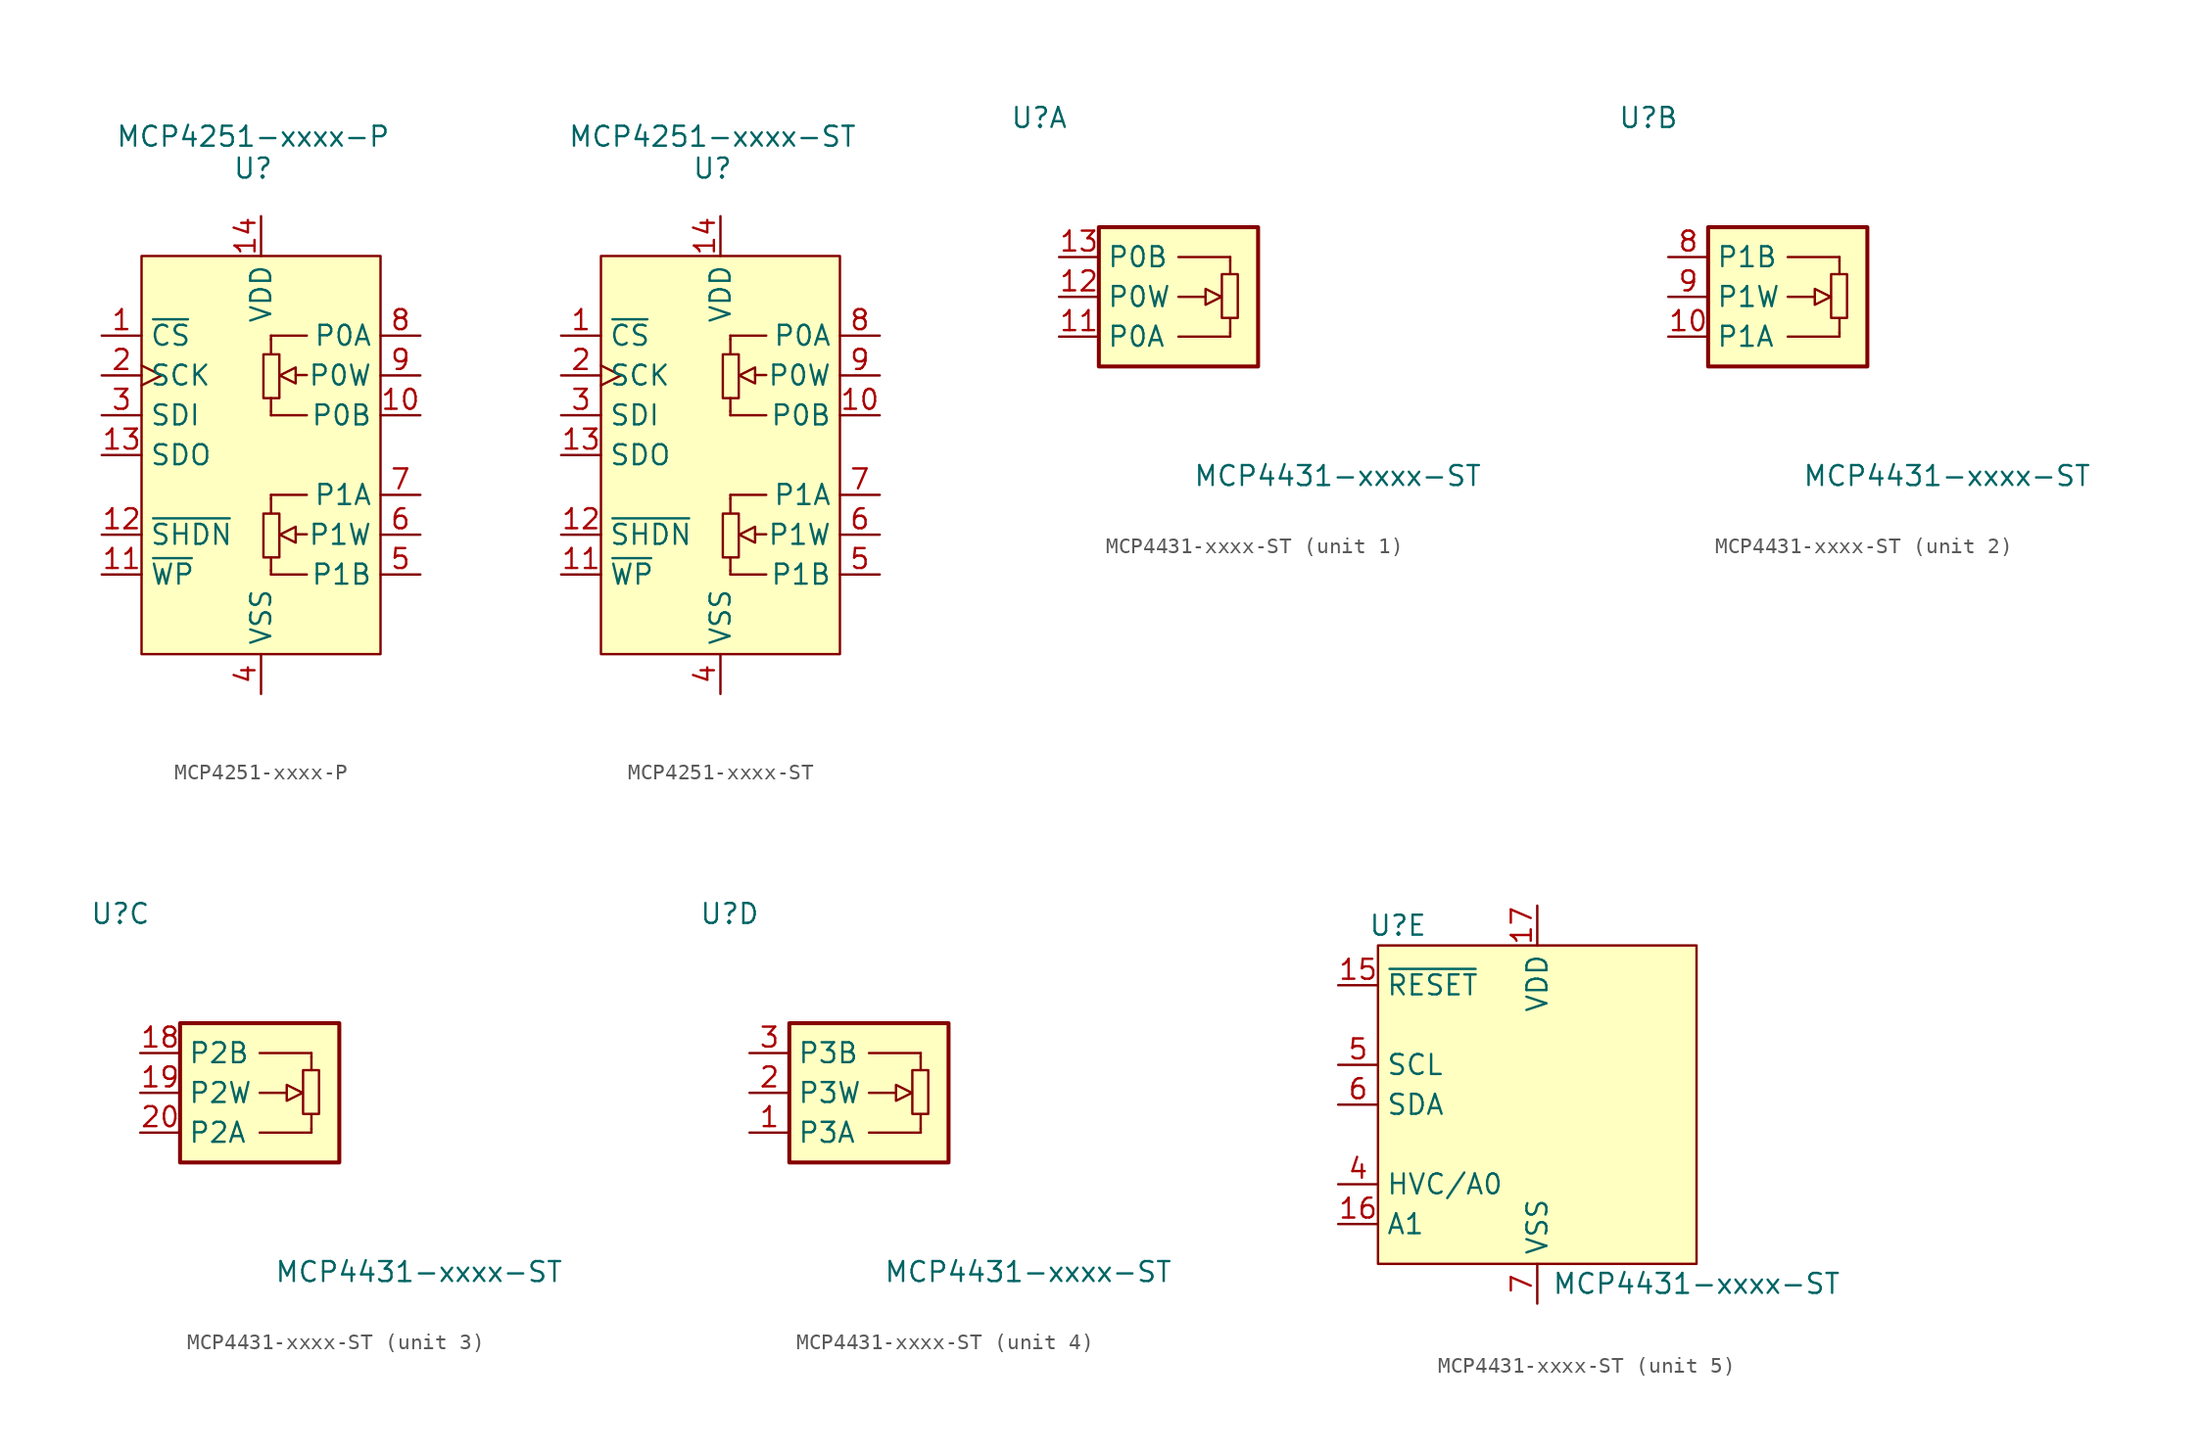
<source format=kicad_sym>
(kicad_symbol_lib
  (version 20241209)
  (generator "kicad_symbol_editor")
  (generator_version "9.0")
  (symbol "MCP4251-xxxx-P"
    (property "Reference" "U"
      (at -0.508 18.288 0)
      (effects (font (size 1.27 1.27))))
    (property "Value" "MCP4251-xxxx-P"
      (at -0.508 20.32 0)
      (effects (font (size 1.27 1.27))))
    (symbol "MCP4251-xxxx-P_0_1"
      (polyline (pts (xy 0 12.7) (xy 7.62 12.7) (xy 7.62 0) (xy 7.62 -12.7) (xy -7.62 -12.7) (xy -7.62 12.7) (xy 0 12.7)) (stroke (width 0) (type default)) (fill (type background))))
    (symbol "MCP4251-xxxx-P_1_1"
      (rectangle (start 0.152 6.426) (end 1.168 3.632) (stroke (width 0) (type default)) (fill (type none)))
      (rectangle (start 0.152 -3.734) (end 1.168 -6.528) (stroke (width 0) (type default)) (fill (type none)))
      (polyline (pts (xy 0.635 7.62) (xy 0.635 7.366) (xy 0.635 7.366)) (stroke (width 0) (type default)) (fill (type none)))
      (polyline (pts (xy 0.635 7.62) (xy 2.921 7.62) (xy 2.921 7.62)) (stroke (width 0) (type default)) (fill (type background)))
      (polyline (pts (xy 0.635 7.391) (xy 0.635 6.452)) (stroke (width 0) (type default)) (fill (type none)))
      (polyline (pts (xy 0.635 2.794) (xy 0.635 3.632)) (stroke (width 0) (type default)) (fill (type none)))
      (polyline (pts (xy 0.635 2.54) (xy 0.635 2.794) (xy 0.635 2.794)) (stroke (width 0) (type default)) (fill (type background)))
      (polyline (pts (xy 0.635 2.54) (xy 2.921 2.54) (xy 2.921 2.54)) (stroke (width 0) (type default)) (fill (type background)))
      (polyline (pts (xy 0.635 -2.54) (xy 0.635 -2.794) (xy 0.635 -2.794)) (stroke (width 0) (type default)) (fill (type none)))
      (polyline (pts (xy 0.635 -2.54) (xy 2.921 -2.54) (xy 2.921 -2.54)) (stroke (width 0) (type default)) (fill (type background)))
      (polyline (pts (xy 0.635 -2.769) (xy 0.635 -3.708)) (stroke (width 0) (type default)) (fill (type none)))
      (polyline (pts (xy 0.635 -7.366) (xy 0.635 -6.528)) (stroke (width 0) (type default)) (fill (type none)))
      (polyline (pts (xy 0.635 -7.62) (xy 0.635 -7.366) (xy 0.635 -7.366)) (stroke (width 0) (type default)) (fill (type background)))
      (polyline (pts (xy 0.635 -7.62) (xy 2.921 -7.62) (xy 2.921 -7.62)) (stroke (width 0) (type default)) (fill (type background)))
      (polyline (pts (xy 2.21 5.588) (xy 2.21 4.572) (xy 1.194 5.08) (xy 2.21 5.588) (xy 2.21 5.588)) (stroke (width 0) (type default)) (fill (type background)))
      (polyline (pts (xy 2.21 5.105) (xy 2.921 5.105)) (stroke (width 0) (type default)) (fill (type none)))
      (polyline (pts (xy 2.21 -4.572) (xy 2.21 -5.588) (xy 1.194 -5.08) (xy 2.21 -4.572) (xy 2.21 -4.572)) (stroke (width 0) (type default)) (fill (type background)))
      (polyline (pts (xy 2.21 -5.055) (xy 2.921 -5.055)) (stroke (width 0) (type default)) (fill (type none)))
      (pin input line (at -10.16 7.62 0) (length 2.54) (name "~{CS}" (effects (font (size 1.27 1.27)))) (number "1" (effects (font (size 1.27 1.27)))))
      (pin input clock (at -10.16 5.08 0) (length 2.54) (name "SCK" (effects (font (size 1.27 1.27)))) (number "2" (effects (font (size 1.27 1.27)))))
      (pin input line (at -10.16 2.54 0) (length 2.54) (name "SDI" (effects (font (size 1.27 1.27)))) (number "3" (effects (font (size 1.27 1.27)))))
      (pin output line (at -10.16 0 0) (length 2.54) (name "SDO" (effects (font (size 1.27 1.27)))) (number "13" (effects (font (size 1.27 1.27)))))
      (pin input line (at -10.16 -5.08 0) (length 2.54) (name "~{SHDN}" (effects (font (size 1.27 1.27)))) (number "12" (effects (font (size 1.27 1.27)))))
      (pin input line (at -10.16 -7.62 0) (length 2.54) (name "~{WP}" (effects (font (size 1.27 1.27)))) (number "11" (effects (font (size 1.27 1.27)))))
      (pin power_in line (at 0 15.24 270) (length 2.54) (name "VDD" (effects (font (size 1.27 1.27)))) (number "14" (effects (font (size 1.27 1.27)))))
      (pin power_in line (at 0 -15.24 90) (length 2.54) (name "VSS" (effects (font (size 1.27 1.27)))) (number "4" (effects (font (size 1.27 1.27)))))
      (pin passive line (at 10.16 7.62 180) (length 2.54) (name "P0A" (effects (font (size 1.27 1.27)))) (number "8" (effects (font (size 1.27 1.27)))))
      (pin passive line (at 10.16 5.08 180) (length 2.54) (name "P0W" (effects (font (size 1.27 1.27)))) (number "9" (effects (font (size 1.27 1.27)))))
      (pin passive line (at 10.16 2.54 180) (length 2.54) (name "P0B" (effects (font (size 1.27 1.27)))) (number "10" (effects (font (size 1.27 1.27)))))
      (pin passive line (at 10.16 -2.54 180) (length 2.54) (name "P1A" (effects (font (size 1.27 1.27)))) (number "7" (effects (font (size 1.27 1.27)))))
      (pin passive line (at 10.16 -5.08 180) (length 2.54) (name "P1W" (effects (font (size 1.27 1.27)))) (number "6" (effects (font (size 1.27 1.27)))))
      (pin passive line (at 10.16 -7.62 180) (length 2.54) (name "P1B" (effects (font (size 1.27 1.27)))) (number "5" (effects (font (size 1.27 1.27)))))))
  (symbol "MCP4251-xxxx-ST"
    (property "Reference" "U"
      (at -0.508 18.288 0)
      (effects (font (size 1.27 1.27))))
    (property "Value" "MCP4251-xxxx-ST"
      (at -0.508 20.32 0)
      (effects (font (size 1.27 1.27))))
    (symbol "MCP4251-xxxx-ST_1_1"
      (polyline (pts (xy 0 12.7) (xy 7.62 12.7) (xy 7.62 0) (xy 7.62 -12.7) (xy -7.62 -12.7) (xy -7.62 12.7) (xy 0 12.7)) (stroke (width 0) (type default)) (fill (type background)))
      (rectangle (start 0.152 6.426) (end 1.168 3.632) (stroke (width 0) (type default)) (fill (type none)))
      (rectangle (start 0.152 -3.734) (end 1.168 -6.528) (stroke (width 0) (type default)) (fill (type none)))
      (polyline (pts (xy 0.635 7.62) (xy 0.635 7.366) (xy 0.635 7.366)) (stroke (width 0) (type default)) (fill (type none)))
      (polyline (pts (xy 0.635 7.62) (xy 2.921 7.62) (xy 2.921 7.62)) (stroke (width 0) (type default)) (fill (type background)))
      (polyline (pts (xy 0.635 7.391) (xy 0.635 6.452)) (stroke (width 0) (type default)) (fill (type none)))
      (polyline (pts (xy 0.635 2.794) (xy 0.635 3.632)) (stroke (width 0) (type default)) (fill (type none)))
      (polyline (pts (xy 0.635 2.54) (xy 0.635 2.794) (xy 0.635 2.794)) (stroke (width 0) (type default)) (fill (type background)))
      (polyline (pts (xy 0.635 2.54) (xy 2.921 2.54) (xy 2.921 2.54)) (stroke (width 0) (type default)) (fill (type background)))
      (polyline (pts (xy 0.635 -2.54) (xy 0.635 -2.794) (xy 0.635 -2.794)) (stroke (width 0) (type default)) (fill (type none)))
      (polyline (pts (xy 0.635 -2.54) (xy 2.921 -2.54) (xy 2.921 -2.54)) (stroke (width 0) (type default)) (fill (type background)))
      (polyline (pts (xy 0.635 -2.769) (xy 0.635 -3.708)) (stroke (width 0) (type default)) (fill (type none)))
      (polyline (pts (xy 0.635 -7.366) (xy 0.635 -6.528)) (stroke (width 0) (type default)) (fill (type none)))
      (polyline (pts (xy 0.635 -7.62) (xy 0.635 -7.366) (xy 0.635 -7.366)) (stroke (width 0) (type default)) (fill (type background)))
      (polyline (pts (xy 0.635 -7.62) (xy 2.921 -7.62) (xy 2.921 -7.62)) (stroke (width 0) (type default)) (fill (type background)))
      (polyline (pts (xy 2.21 5.588) (xy 2.21 4.572) (xy 1.194 5.08) (xy 2.21 5.588) (xy 2.21 5.588)) (stroke (width 0) (type default)) (fill (type background)))
      (polyline (pts (xy 2.21 5.105) (xy 2.921 5.105)) (stroke (width 0) (type default)) (fill (type none)))
      (polyline (pts (xy 2.21 -4.572) (xy 2.21 -5.588) (xy 1.194 -5.08) (xy 2.21 -4.572) (xy 2.21 -4.572)) (stroke (width 0) (type default)) (fill (type background)))
      (polyline (pts (xy 2.21 -5.055) (xy 2.921 -5.055)) (stroke (width 0) (type default)) (fill (type none)))
      (pin input line (at -10.16 7.62 0) (length 2.54) (name "~{CS}" (effects (font (size 1.27 1.27)))) (number "1" (effects (font (size 1.27 1.27)))))
      (pin input clock (at -10.16 5.08 0) (length 2.54) (name "SCK" (effects (font (size 1.27 1.27)))) (number "2" (effects (font (size 1.27 1.27)))))
      (pin input line (at -10.16 2.54 0) (length 2.54) (name "SDI" (effects (font (size 1.27 1.27)))) (number "3" (effects (font (size 1.27 1.27)))))
      (pin output line (at -10.16 0 0) (length 2.54) (name "SDO" (effects (font (size 1.27 1.27)))) (number "13" (effects (font (size 1.27 1.27)))))
      (pin input line (at -10.16 -5.08 0) (length 2.54) (name "~{SHDN}" (effects (font (size 1.27 1.27)))) (number "12" (effects (font (size 1.27 1.27)))))
      (pin input line (at -10.16 -7.62 0) (length 2.54) (name "~{WP}" (effects (font (size 1.27 1.27)))) (number "11" (effects (font (size 1.27 1.27)))))
      (pin power_in line (at 0 15.24 270) (length 2.54) (name "VDD" (effects (font (size 1.27 1.27)))) (number "14" (effects (font (size 1.27 1.27)))))
      (pin power_in line (at 0 -15.24 90) (length 2.54) (name "VSS" (effects (font (size 1.27 1.27)))) (number "4" (effects (font (size 1.27 1.27)))))
      (pin passive line (at 10.16 7.62 180) (length 2.54) (name "P0A" (effects (font (size 1.27 1.27)))) (number "8" (effects (font (size 1.27 1.27)))))
      (pin passive line (at 10.16 5.08 180) (length 2.54) (name "P0W" (effects (font (size 1.27 1.27)))) (number "9" (effects (font (size 1.27 1.27)))))
      (pin passive line (at 10.16 2.54 180) (length 2.54) (name "P0B" (effects (font (size 1.27 1.27)))) (number "10" (effects (font (size 1.27 1.27)))))
      (pin passive line (at 10.16 -2.54 180) (length 2.54) (name "P1A" (effects (font (size 1.27 1.27)))) (number "7" (effects (font (size 1.27 1.27)))))
      (pin passive line (at 10.16 -5.08 180) (length 2.54) (name "P1W" (effects (font (size 1.27 1.27)))) (number "6" (effects (font (size 1.27 1.27)))))
      (pin passive line (at 10.16 -7.62 180) (length 2.54) (name "P1B" (effects (font (size 1.27 1.27)))) (number "5" (effects (font (size 1.27 1.27)))))))
  (symbol "MCP4431-xxxx-ST"
    (property "Reference" "U"
      (at -8.89 11.43 0)
      (effects (font (size 1.27 1.27))))
    (property "Value" "MCP4431-xxxx-ST"
      (at 10.16 -11.43 0)
      (effects (font (size 1.27 1.27))))
    (property "ki_locked" ""
      (at 0 0 0)
      (effects (font (size 1.27 1.27))))
    (symbol "MCP4431-xxxx-ST_1_1"
      (polyline (pts (xy 1.727 0) (xy 0 0)) (stroke (width 0) (type default)) (fill (type none)))
      (polyline (pts (xy 1.727 -0.508) (xy 1.727 0.508) (xy 2.743 0) (xy 1.727 -0.508) (xy 1.727 -0.508)) (stroke (width 0) (type default)) (fill (type none)))
      (polyline (pts (xy 3.302 2.54) (xy 0 2.54)) (stroke (width 0) (type default)) (fill (type background)))
      (polyline (pts (xy 3.302 2.54) (xy 3.302 2.286) (xy 3.302 2.286)) (stroke (width 0) (type default)) (fill (type background)))
      (polyline (pts (xy 3.302 2.286) (xy 3.302 1.448)) (stroke (width 0) (type default)) (fill (type none)))
      (polyline (pts (xy 3.302 -2.311) (xy 3.302 -1.372)) (stroke (width 0) (type default)) (fill (type none)))
      (polyline (pts (xy 3.302 -2.54) (xy 0 -2.54)) (stroke (width 0) (type default)) (fill (type background)))
      (polyline (pts (xy 3.302 -2.54) (xy 3.302 -2.286) (xy 3.302 -2.286)) (stroke (width 0) (type default)) (fill (type none)))
      (rectangle (start 3.785 -1.346) (end 2.769 1.448) (stroke (width 0) (type default)) (fill (type none)))
      (rectangle (start 5.08 -4.445) (end -5.08 4.445) (stroke (width 0.254) (type default)) (fill (type background)))
      (pin passive line (at -7.62 2.54 0) (length 2.54) (name "P0B" (effects (font (size 1.27 1.27)))) (number "13" (effects (font (size 1.27 1.27)))))
      (pin passive line (at -7.62 0 0) (length 2.54) (name "P0W" (effects (font (size 1.27 1.27)))) (number "12" (effects (font (size 1.27 1.27)))))
      (pin passive line (at -7.62 -2.54 0) (length 2.54) (name "P0A" (effects (font (size 1.27 1.27)))) (number "11" (effects (font (size 1.27 1.27))))))
    (symbol "MCP4431-xxxx-ST_2_1"
      (polyline (pts (xy 1.727 0) (xy 0 0)) (stroke (width 0) (type default)) (fill (type none)))
      (polyline (pts (xy 1.727 -0.508) (xy 1.727 0.508) (xy 2.743 0) (xy 1.727 -0.508) (xy 1.727 -0.508)) (stroke (width 0) (type default)) (fill (type none)))
      (polyline (pts (xy 3.302 2.54) (xy 0 2.54)) (stroke (width 0) (type default)) (fill (type background)))
      (polyline (pts (xy 3.302 2.54) (xy 3.302 2.286) (xy 3.302 2.286)) (stroke (width 0) (type default)) (fill (type background)))
      (polyline (pts (xy 3.302 2.286) (xy 3.302 1.448)) (stroke (width 0) (type default)) (fill (type none)))
      (polyline (pts (xy 3.302 -2.311) (xy 3.302 -1.372)) (stroke (width 0) (type default)) (fill (type none)))
      (polyline (pts (xy 3.302 -2.54) (xy 0 -2.54)) (stroke (width 0) (type default)) (fill (type background)))
      (polyline (pts (xy 3.302 -2.54) (xy 3.302 -2.286) (xy 3.302 -2.286)) (stroke (width 0) (type default)) (fill (type none)))
      (rectangle (start 3.785 -1.346) (end 2.769 1.448) (stroke (width 0) (type default)) (fill (type none)))
      (rectangle (start 5.08 -4.445) (end -5.08 4.445) (stroke (width 0.254) (type default)) (fill (type background)))
      (pin passive line (at -7.62 2.54 0) (length 2.54) (name "P1B" (effects (font (size 1.27 1.27)))) (number "8" (effects (font (size 1.27 1.27)))))
      (pin passive line (at -7.62 0 0) (length 2.54) (name "P1W" (effects (font (size 1.27 1.27)))) (number "9" (effects (font (size 1.27 1.27)))))
      (pin passive line (at -7.62 -2.54 0) (length 2.54) (name "P1A" (effects (font (size 1.27 1.27)))) (number "10" (effects (font (size 1.27 1.27))))))
    (symbol "MCP4431-xxxx-ST_3_1"
      (polyline (pts (xy 1.727 0) (xy 0 0)) (stroke (width 0) (type default)) (fill (type none)))
      (polyline (pts (xy 1.727 -0.508) (xy 1.727 0.508) (xy 2.743 0) (xy 1.727 -0.508) (xy 1.727 -0.508)) (stroke (width 0) (type default)) (fill (type none)))
      (polyline (pts (xy 3.302 2.54) (xy 0 2.54)) (stroke (width 0) (type default)) (fill (type background)))
      (polyline (pts (xy 3.302 2.54) (xy 3.302 2.286) (xy 3.302 2.286)) (stroke (width 0) (type default)) (fill (type background)))
      (polyline (pts (xy 3.302 2.286) (xy 3.302 1.448)) (stroke (width 0) (type default)) (fill (type none)))
      (polyline (pts (xy 3.302 -2.311) (xy 3.302 -1.372)) (stroke (width 0) (type default)) (fill (type none)))
      (polyline (pts (xy 3.302 -2.54) (xy 0 -2.54)) (stroke (width 0) (type default)) (fill (type background)))
      (polyline (pts (xy 3.302 -2.54) (xy 3.302 -2.286) (xy 3.302 -2.286)) (stroke (width 0) (type default)) (fill (type none)))
      (rectangle (start 3.785 -1.346) (end 2.769 1.448) (stroke (width 0) (type default)) (fill (type none)))
      (rectangle (start 5.08 -4.445) (end -5.08 4.445) (stroke (width 0.254) (type default)) (fill (type background)))
      (pin passive line (at -7.62 2.54 0) (length 2.54) (name "P2B" (effects (font (size 1.27 1.27)))) (number "18" (effects (font (size 1.27 1.27)))))
      (pin passive line (at -7.62 0 0) (length 2.54) (name "P2W" (effects (font (size 1.27 1.27)))) (number "19" (effects (font (size 1.27 1.27)))))
      (pin passive line (at -7.62 -2.54 0) (length 2.54) (name "P2A" (effects (font (size 1.27 1.27)))) (number "20" (effects (font (size 1.27 1.27))))))
    (symbol "MCP4431-xxxx-ST_4_1"
      (polyline (pts (xy 1.727 0) (xy 0 0)) (stroke (width 0) (type default)) (fill (type none)))
      (polyline (pts (xy 1.727 -0.508) (xy 1.727 0.508) (xy 2.743 0) (xy 1.727 -0.508) (xy 1.727 -0.508)) (stroke (width 0) (type default)) (fill (type none)))
      (polyline (pts (xy 3.302 2.54) (xy 0 2.54)) (stroke (width 0) (type default)) (fill (type background)))
      (polyline (pts (xy 3.302 2.54) (xy 3.302 2.286) (xy 3.302 2.286)) (stroke (width 0) (type default)) (fill (type background)))
      (polyline (pts (xy 3.302 2.286) (xy 3.302 1.448)) (stroke (width 0) (type default)) (fill (type none)))
      (polyline (pts (xy 3.302 -2.311) (xy 3.302 -1.372)) (stroke (width 0) (type default)) (fill (type none)))
      (polyline (pts (xy 3.302 -2.54) (xy 0 -2.54)) (stroke (width 0) (type default)) (fill (type background)))
      (polyline (pts (xy 3.302 -2.54) (xy 3.302 -2.286) (xy 3.302 -2.286)) (stroke (width 0) (type default)) (fill (type none)))
      (rectangle (start 3.785 -1.346) (end 2.769 1.448) (stroke (width 0) (type default)) (fill (type none)))
      (rectangle (start 5.08 -4.445) (end -5.08 4.445) (stroke (width 0.254) (type default)) (fill (type background)))
      (pin passive line (at -7.62 2.54 0) (length 2.54) (name "P3B" (effects (font (size 1.27 1.27)))) (number "3" (effects (font (size 1.27 1.27)))))
      (pin passive line (at -7.62 0 0) (length 2.54) (name "P3W" (effects (font (size 1.27 1.27)))) (number "2" (effects (font (size 1.27 1.27)))))
      (pin passive line (at -7.62 -2.54 0) (length 2.54) (name "P3A" (effects (font (size 1.27 1.27)))) (number "1" (effects (font (size 1.27 1.27))))))
    (symbol "MCP4431-xxxx-ST_5_1"
      (rectangle (start -10.16 10.16) (end 10.16 -10.16) (stroke (width 0) (type default)) (fill (type background)))
      (pin input line (at -12.7 7.62 0) (length 2.54) (name "~{RESET}" (effects (font (size 1.27 1.27)))) (number "15" (effects (font (size 1.27 1.27)))))
      (pin input line (at -12.7 2.54 0) (length 2.54) (name "SCL" (effects (font (size 1.27 1.27)))) (number "5" (effects (font (size 1.27 1.27)))))
      (pin bidirectional line (at -12.7 0 0) (length 2.54) (name "SDA" (effects (font (size 1.27 1.27)))) (number "6" (effects (font (size 1.27 1.27)))))
      (pin input line (at -12.7 -5.08 0) (length 2.54) (name "HVC/A0" (effects (font (size 1.27 1.27)))) (number "4" (effects (font (size 1.27 1.27)))))
      (pin input line (at -12.7 -7.62 0) (length 2.54) (name "A1" (effects (font (size 1.27 1.27)))) (number "16" (effects (font (size 1.27 1.27)))))
      (pin no_connect line (at -10.16 -2.54 0) (length 2.54) (hide yes) (name "NC" (effects (font (size 1.27 1.27)))) (number "14" (effects (font (size 1.27 1.27)))))
      (pin power_in line (at 0 12.7 270) (length 2.54) (name "VDD" (effects (font (size 1.27 1.27)))) (number "17" (effects (font (size 1.27 1.27)))))
      (pin power_in line (at 0 -12.7 90) (length 2.54) (name "VSS" (effects (font (size 1.27 1.27)))) (number "7" (effects (font (size 1.27 1.27))))))))
</source>
